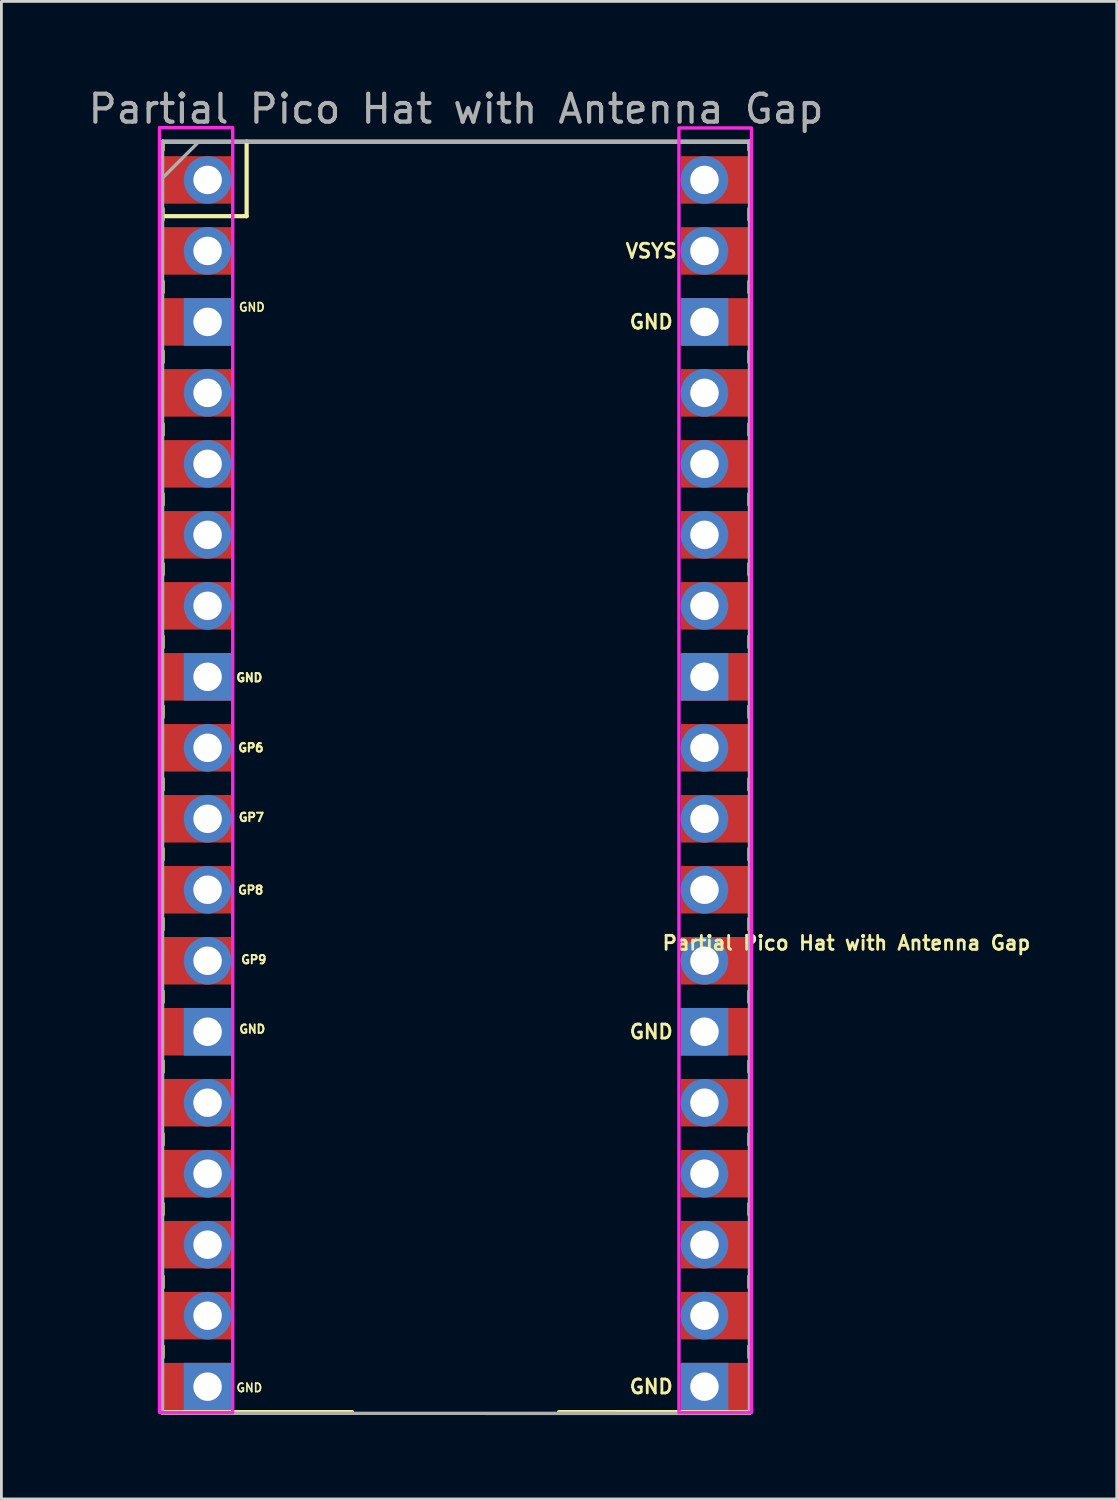
<source format=kicad_pcb>
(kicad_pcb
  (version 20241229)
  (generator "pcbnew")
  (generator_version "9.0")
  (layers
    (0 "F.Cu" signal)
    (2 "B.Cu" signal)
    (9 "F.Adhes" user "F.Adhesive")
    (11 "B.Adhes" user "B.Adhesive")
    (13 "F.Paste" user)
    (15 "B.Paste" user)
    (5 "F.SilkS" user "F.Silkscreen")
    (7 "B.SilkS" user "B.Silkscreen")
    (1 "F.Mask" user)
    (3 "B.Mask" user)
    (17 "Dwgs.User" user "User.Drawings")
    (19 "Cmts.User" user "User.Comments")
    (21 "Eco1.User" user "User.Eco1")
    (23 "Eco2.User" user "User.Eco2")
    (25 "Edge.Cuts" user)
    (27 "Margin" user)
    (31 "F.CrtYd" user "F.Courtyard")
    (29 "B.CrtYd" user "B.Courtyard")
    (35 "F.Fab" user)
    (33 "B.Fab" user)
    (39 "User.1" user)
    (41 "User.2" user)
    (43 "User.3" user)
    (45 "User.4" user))
  (footprint "Partial Pico Hat with Antenna Gap"
    (layer "F.Cu")
    (at 14.538 28.788)
    (property "Reference" "Partial Pico Hat with Antenna Gap" (at 12.7 1.905 0) (unlocked yes) (layer "F.SilkS") (effects (font (size 0.5 0.5) (thickness 0.1))))
    (attr through_hole)
    (fp_line (start -11.77 -26.77) (end -11.77 -26.47) (stroke (width 0.15) (type solid)) (layer "F.SilkS"))
    (fp_line (start -11.77 -26.77) (end 9.23 -26.77) (stroke (width 0.15) (type solid)) (layer "F.SilkS"))
    (fp_line (start -11.77 -24.37) (end -11.77 -23.97) (stroke (width 0.15) (type solid)) (layer "F.SilkS"))
    (fp_line (start -11.77 -24.103) (end -8.763 -24.103) (stroke (width 0.15) (type solid)) (layer "F.SilkS"))
    (fp_line (start -11.77 -21.77) (end -11.77 -21.37) (stroke (width 0.15) (type solid)) (layer "F.SilkS"))
    (fp_line (start -11.77 -19.27) (end -11.77 -18.87) (stroke (width 0.15) (type solid)) (layer "F.SilkS"))
    (fp_line (start -11.77 -16.67) (end -11.77 -16.27) (stroke (width 0.15) (type solid)) (layer "F.SilkS"))
    (fp_line (start -11.77 -14.17) (end -11.77 -13.77) (stroke (width 0.15) (type solid)) (layer "F.SilkS"))
    (fp_line (start -11.77 -11.67) (end -11.77 -11.27) (stroke (width 0.15) (type solid)) (layer "F.SilkS"))
    (fp_line (start -11.77 -9.07) (end -11.77 -8.67) (stroke (width 0.15) (type solid)) (layer "F.SilkS"))
    (fp_line (start -11.77 -6.57) (end -11.77 -6.17) (stroke (width 0.15) (type solid)) (layer "F.SilkS"))
    (fp_line (start -11.77 -3.97) (end -11.77 -3.57) (stroke (width 0.15) (type solid)) (layer "F.SilkS"))
    (fp_line (start -11.77 -1.47) (end -11.77 -1.07) (stroke (width 0.15) (type solid)) (layer "F.SilkS"))
    (fp_line (start -11.77 1.03) (end -11.77 1.43) (stroke (width 0.15) (type solid)) (layer "F.SilkS"))
    (fp_line (start -11.77 3.63) (end -11.77 4.03) (stroke (width 0.15) (type solid)) (layer "F.SilkS"))
    (fp_line (start -11.77 6.13) (end -11.77 6.53) (stroke (width 0.15) (type solid)) (layer "F.SilkS"))
    (fp_line (start -11.77 8.73) (end -11.77 9.13) (stroke (width 0.15) (type solid)) (layer "F.SilkS"))
    (fp_line (start -11.77 11.23) (end -11.77 11.63) (stroke (width 0.15) (type solid)) (layer "F.SilkS"))
    (fp_line (start -11.77 13.83) (end -11.77 14.23) (stroke (width 0.15) (type solid)) (layer "F.SilkS"))
    (fp_line (start -11.77 16.33) (end -11.77 16.73) (stroke (width 0.15) (type solid)) (layer "F.SilkS"))
    (fp_line (start -8.763 -24.103) (end -8.763 -26.77) (stroke (width 0.15) (type solid)) (layer "F.SilkS"))
    (fp_line (start -4.989 18.69) (end -11.789 18.69) (stroke (width 0.15) (type solid)) (layer "F.SilkS"))
    (fp_line (start 9.211 18.69) (end 2.411 18.69) (stroke (width 0.15) (type solid)) (layer "F.SilkS"))
    (fp_line (start 9.23 -26.77) (end 9.23 -26.47) (stroke (width 0.15) (type solid)) (layer "F.SilkS"))
    (fp_line (start 9.23 -24.37) (end 9.23 -23.97) (stroke (width 0.15) (type solid)) (layer "F.SilkS"))
    (fp_line (start 9.23 -21.77) (end 9.23 -21.37) (stroke (width 0.15) (type solid)) (layer "F.SilkS"))
    (fp_line (start 9.23 -19.27) (end 9.23 -18.87) (stroke (width 0.15) (type solid)) (layer "F.SilkS"))
    (fp_line (start 9.23 -16.67) (end 9.23 -16.27) (stroke (width 0.15) (type solid)) (layer "F.SilkS"))
    (fp_line (start 9.23 -14.17) (end 9.23 -13.77) (stroke (width 0.15) (type solid)) (layer "F.SilkS"))
    (fp_line (start 9.23 -11.67) (end 9.23 -11.27) (stroke (width 0.15) (type solid)) (layer "F.SilkS"))
    (fp_line (start 9.23 -9.07) (end 9.23 -8.67) (stroke (width 0.15) (type solid)) (layer "F.SilkS"))
    (fp_line (start 9.23 -6.57) (end 9.23 -6.17) (stroke (width 0.15) (type solid)) (layer "F.SilkS"))
    (fp_line (start 9.23 -3.97) (end 9.23 -3.57) (stroke (width 0.15) (type solid)) (layer "F.SilkS"))
    (fp_line (start 9.23 -1.47) (end 9.23 -1.07) (stroke (width 0.15) (type solid)) (layer "F.SilkS"))
    (fp_line (start 9.23 1.03) (end 9.23 1.43) (stroke (width 0.15) (type solid)) (layer "F.SilkS"))
    (fp_line (start 9.23 3.63) (end 9.23 4.03) (stroke (width 0.15) (type solid)) (layer "F.SilkS"))
    (fp_line (start 9.23 6.13) (end 9.23 6.53) (stroke (width 0.15) (type solid)) (layer "F.SilkS"))
    (fp_line (start 9.23 8.73) (end 9.23 9.13) (stroke (width 0.15) (type solid)) (layer "F.SilkS"))
    (fp_line (start 9.23 11.23) (end 9.23 11.63) (stroke (width 0.15) (type solid)) (layer "F.SilkS"))
    (fp_line (start 9.23 13.83) (end 9.23 14.23) (stroke (width 0.15) (type solid)) (layer "F.SilkS"))
    (fp_line (start 9.23 16.33) (end 9.23 16.73) (stroke (width 0.15) (type solid)) (layer "F.SilkS"))
    (fp_rect (start -11.881 -27.27) (end -9.261 18.707) (stroke (width 0.12) (type solid)) (fill no) (layer "F.CrtYd"))
    (fp_rect (start 6.706 -27.259) (end 9.302 18.707) (stroke (width 0.12) (type solid)) (fill no) (layer "F.CrtYd"))
    (fp_line (start -11.77 -26.77) (end 9.23 -26.77) (stroke (width 0.12) (type solid)) (layer "F.Fab"))
    (fp_line (start -11.77 -25.47) (end -10.47 -26.77) (stroke (width 0.12) (type solid)) (layer "F.Fab"))
    (fp_line (start -11.77 18.734) (end -11.77 -26.77) (stroke (width 0.12) (type solid)) (layer "F.Fab"))
    (fp_line (start 9.229 18.737) (end -11.77 18.734) (stroke (width 0.12) (type solid)) (layer "F.Fab"))
    (fp_line (start 9.23 -26.77) (end 9.229 18.737) (stroke (width 0.12) (type solid)) (layer "F.Fab"))
    (fp_text user "GND" (at -8.666 17.821 0) (unlocked yes) (layer "F.SilkS") (effects (font (size 0.3 0.3) (thickness 0.06))))
    (fp_text user "GND" (at 5.715 5.08 0) (unlocked yes) (layer "F.SilkS") (effects (font (size 0.5 0.5) (thickness 0.1))))
    (fp_text user "GND" (at -8.561 4.985 0) (unlocked yes) (layer "F.SilkS") (effects (font (size 0.3 0.3) (thickness 0.07))))
    (fp_text user "GP7" (at -8.593 -2.592 0) (unlocked yes) (layer "F.SilkS") (effects (font (size 0.3 0.3) (thickness 0.075))))
    (fp_text user "GP6" (at -8.611 -5.082 0) (unlocked yes) (layer "F.SilkS") (effects (font (size 0.3 0.3) (thickness 0.075))))
    (fp_text user "GND" (at 5.715 -20.32 0) (unlocked yes) (layer "F.SilkS") (effects (font (size 0.5 0.5) (thickness 0.1))))
    (fp_text user "GND" (at -8.666 -7.59 0) (unlocked yes) (layer "F.SilkS") (effects (font (size 0.3 0.3) (thickness 0.075))))
    (fp_text user "VSYS" (at 5.715 -22.86 0) (unlocked yes) (layer "F.SilkS") (effects (font (size 0.5 0.5) (thickness 0.1))))
    (fp_text user "GP8" (at -8.617 0.01 0) (unlocked yes) (layer "F.SilkS") (effects (font (size 0.3 0.3) (thickness 0.07))))
    (fp_text user "GND" (at 5.715 17.78 0) (unlocked yes) (layer "F.SilkS") (effects (font (size 0.5 0.5) (thickness 0.1))))
    (fp_text user "GND" (at -8.575 -20.846 0) (unlocked yes) (layer "F.SilkS") (effects (font (size 0.3 0.3) (thickness 0.06))))
    (fp_text user "GP9" (at -8.506 2.5 0) (unlocked yes) (layer "F.SilkS") (effects (font (size 0.3 0.3) (thickness 0.07))))
    (fp_text user "${REFERENCE}" (at -1.27 -27.94 180) (layer "F.Fab") (effects (font (size 1 1) (thickness 0.15))))
    (pad "1" thru_hole oval (at -10.16 -25.4) (size 1.7 1.7) (drill 1.02) (layers "*.Cu" "*.Mask"))
    (pad "1" smd rect (at -10.16 -25.4) (size 2.5 1.7) (drill (offset -0.4 0.000033)) (layers "F.Cu" "F.Mask"))
    (pad "2" thru_hole oval (at -10.16 -22.86) (size 1.7 1.7) (drill 1.02) (layers "*.Cu" "*.Mask"))
    (pad "2" smd rect (at -10.16 -22.86) (size 2.5 1.7) (drill (offset -0.4 0)) (layers "F.Cu" "F.Mask"))
    (pad "3" thru_hole rect (at -10.16 -20.32) (size 1.7 1.7) (drill 1.02) (layers "*.Cu" "*.Mask"))
    (pad "3" smd rect (at -10.16 -20.32) (size 2.5 1.7) (drill (offset -0.4 0)) (layers "F.Cu" "F.Mask"))
    (pad "4" thru_hole oval (at -10.16 -17.78) (size 1.7 1.7) (drill 1.02) (layers "*.Cu" "*.Mask"))
    (pad "4" smd rect (at -10.16 -17.78) (size 2.5 1.7) (drill (offset -0.4 0)) (layers "F.Cu" "F.Mask"))
    (pad "5" thru_hole oval (at -10.16 -15.24) (size 1.7 1.7) (drill 1.02) (layers "*.Cu" "*.Mask"))
    (pad "5" smd rect (at -10.16 -15.24) (size 2.5 1.7) (drill (offset -0.4 0)) (layers "F.Cu" "F.Mask"))
    (pad "6" thru_hole oval (at -10.16 -12.7) (size 1.7 1.7) (drill 1.02) (layers "*.Cu" "*.Mask"))
    (pad "6" smd rect (at -10.16 -12.7) (size 2.5 1.7) (drill (offset -0.4 0)) (layers "F.Cu" "F.Mask"))
    (pad "7" thru_hole oval (at -10.16 -10.16) (size 1.7 1.7) (drill 1.02) (layers "*.Cu" "*.Mask"))
    (pad "7" smd rect (at -10.16 -10.16) (size 2.5 1.7) (drill (offset -0.4 0)) (layers "F.Cu" "F.Mask"))
    (pad "8" thru_hole rect (at -10.16 -7.62) (size 1.7 1.7) (drill 1.02) (layers "*.Cu" "*.Mask"))
    (pad "8" smd rect (at -10.16 -7.62) (size 2.5 1.7) (drill (offset -0.4 0)) (layers "F.Cu" "F.Mask"))
    (pad "9" thru_hole oval (at -10.16 -5.08) (size 1.7 1.7) (drill 1.02) (layers "*.Cu" "*.Mask"))
    (pad "9" smd rect (at -10.16 -5.08) (size 2.5 1.7) (drill (offset -0.4 0)) (layers "F.Cu" "F.Mask"))
    (pad "10" thru_hole oval (at -10.16 -2.54) (size 1.7 1.7) (drill 1.02) (layers "*.Cu" "*.Mask"))
    (pad "10" smd rect (at -10.16 -2.54) (size 2.5 1.7) (drill (offset -0.4 0)) (layers "F.Cu" "F.Mask"))
    (pad "11" thru_hole oval (at -10.16 0) (size 1.7 1.7) (drill 1.02) (layers "*.Cu" "*.Mask"))
    (pad "11" smd rect (at -10.16 0) (size 2.5 1.7) (drill (offset -0.4 0)) (layers "F.Cu" "F.Mask"))
    (pad "12" thru_hole oval (at -10.16 2.54) (size 1.7 1.7) (drill 1.02) (layers "*.Cu" "*.Mask"))
    (pad "12" smd rect (at -10.16 2.54) (size 2.5 1.7) (drill (offset -0.4 0)) (layers "F.Cu" "F.Mask"))
    (pad "13" thru_hole rect (at -10.16 5.08) (size 1.7 1.7) (drill 1.02) (layers "*.Cu" "*.Mask"))
    (pad "13" smd rect (at -10.16 5.08) (size 2.5 1.7) (drill (offset -0.4 0)) (layers "F.Cu" "F.Mask"))
    (pad "14" thru_hole oval (at -10.16 7.62) (size 1.7 1.7) (drill 1.02) (layers "*.Cu" "*.Mask"))
    (pad "14" smd rect (at -10.16 7.62) (size 2.5 1.7) (drill (offset -0.4 0)) (layers "F.Cu" "F.Mask"))
    (pad "15" thru_hole oval (at -10.16 10.16) (size 1.7 1.7) (drill 1.02) (layers "*.Cu" "*.Mask"))
    (pad "15" smd rect (at -10.16 10.16) (size 2.5 1.7) (drill (offset -0.4 0)) (layers "F.Cu" "F.Mask"))
    (pad "16" thru_hole oval (at -10.16 12.7) (size 1.7 1.7) (drill 1.02) (layers "*.Cu" "*.Mask"))
    (pad "16" smd rect (at -10.16 12.7) (size 2.5 1.7) (drill (offset -0.4 0)) (layers "F.Cu" "F.Mask"))
    (pad "17" thru_hole oval (at -10.16 15.24) (size 1.7 1.7) (drill 1.02) (layers "*.Cu" "*.Mask"))
    (pad "17" smd rect (at -10.16 15.24) (size 2.5 1.7) (drill (offset -0.4 0)) (layers "F.Cu" "F.Mask"))
    (pad "18" thru_hole rect (at -10.16 17.78) (size 1.7 1.7) (drill 1.02) (layers "*.Cu" "*.Mask"))
    (pad "18" smd rect (at -10.16 17.78) (size 2.5 1.7) (drill (offset -0.4 0)) (layers "F.Cu" "F.Mask"))
    (pad "23" thru_hole rect (at 7.62 17.78) (size 1.7 1.7) (drill 1.02) (layers "*.Cu" "*.Mask"))
    (pad "23" smd rect (at 7.62 17.78) (size 2.5 1.7) (drill (offset 0.4 0)) (layers "F.Cu" "F.Mask"))
    (pad "24" thru_hole oval (at 7.62 15.24) (size 1.7 1.7) (drill 1.02) (layers "*.Cu" "*.Mask"))
    (pad "24" smd rect (at 7.62 15.24) (size 2.5 1.7) (drill (offset 0.4 0)) (layers "F.Cu" "F.Mask"))
    (pad "25" thru_hole oval (at 7.62 12.7) (size 1.7 1.7) (drill 1.02) (layers "*.Cu" "*.Mask"))
    (pad "25" smd rect (at 7.62 12.7) (size 2.5 1.7) (drill (offset 0.4 0)) (layers "F.Cu" "F.Mask"))
    (pad "26" thru_hole oval (at 7.62 10.16) (size 1.7 1.7) (drill 1.02) (layers "*.Cu" "*.Mask"))
    (pad "26" smd rect (at 7.62 10.16) (size 2.5 1.7) (drill (offset 0.4 0)) (layers "F.Cu" "F.Mask"))
    (pad "27" thru_hole oval (at 7.62 7.62) (size 1.7 1.7) (drill 1.02) (layers "*.Cu" "*.Mask"))
    (pad "27" smd rect (at 7.62 7.62) (size 2.5 1.7) (drill (offset 0.4 0)) (layers "F.Cu" "F.Mask"))
    (pad "28" thru_hole rect (at 7.62 5.08) (size 1.7 1.7) (drill 1.02) (layers "*.Cu" "*.Mask"))
    (pad "28" smd rect (at 7.62 5.08) (size 2.5 1.7) (drill (offset 0.4 0)) (layers "F.Cu" "F.Mask"))
    (pad "29" thru_hole oval (at 7.62 2.54) (size 1.7 1.7) (drill 1.02) (layers "*.Cu" "*.Mask"))
    (pad "29" smd rect (at 7.62 2.54) (size 2.5 1.7) (drill (offset 0.4 0)) (layers "F.Cu" "F.Mask"))
    (pad "30" thru_hole oval (at 7.62 0) (size 1.7 1.7) (drill 1.02) (layers "*.Cu" "*.Mask"))
    (pad "30" smd rect (at 7.62 0) (size 2.5 1.7) (drill (offset 0.4 0)) (layers "F.Cu" "F.Mask"))
    (pad "31" thru_hole oval (at 7.62 -2.54) (size 1.7 1.7) (drill 1.02) (layers "*.Cu" "*.Mask"))
    (pad "31" smd rect (at 7.62 -2.54) (size 2.5 1.7) (drill (offset 0.4 0)) (layers "F.Cu" "F.Mask"))
    (pad "32" thru_hole oval (at 7.62 -5.08) (size 1.7 1.7) (drill 1.02) (layers "*.Cu" "*.Mask"))
    (pad "32" smd rect (at 7.62 -5.08) (size 2.5 1.7) (drill (offset 0.4 0)) (layers "F.Cu" "F.Mask"))
    (pad "33" thru_hole rect (at 7.62 -7.62) (size 1.7 1.7) (drill 1.02) (layers "*.Cu" "*.Mask"))
    (pad "33" smd rect (at 7.62 -7.62) (size 2.5 1.7) (drill (offset 0.4 0)) (layers "F.Cu" "F.Mask"))
    (pad "34" thru_hole oval (at 7.62 -10.16) (size 1.7 1.7) (drill 1.02) (layers "*.Cu" "*.Mask"))
    (pad "34" smd rect (at 7.62 -10.16) (size 2.5 1.7) (drill (offset 0.4 0)) (layers "F.Cu" "F.Mask"))
    (pad "35" thru_hole oval (at 7.62 -12.7) (size 1.7 1.7) (drill 1.02) (layers "*.Cu" "*.Mask"))
    (pad "35" smd rect (at 7.62 -12.7) (size 2.5 1.7) (drill (offset 0.4 0)) (layers "F.Cu" "F.Mask"))
    (pad "36" thru_hole oval (at 7.62 -15.24) (size 1.7 1.7) (drill 1.02) (layers "*.Cu" "*.Mask"))
    (pad "36" smd rect (at 7.62 -15.24) (size 2.5 1.7) (drill (offset 0.4 0)) (layers "F.Cu" "F.Mask"))
    (pad "37" thru_hole oval (at 7.62 -17.78) (size 1.7 1.7) (drill 1.02) (layers "*.Cu" "*.Mask"))
    (pad "37" smd rect (at 7.62 -17.78) (size 2.5 1.7) (drill (offset 0.4 0)) (layers "F.Cu" "F.Mask"))
    (pad "38" thru_hole rect (at 7.62 -20.32) (size 1.7 1.7) (drill 1.02) (layers "*.Cu" "*.Mask"))
    (pad "38" smd rect (at 7.62 -20.32) (size 2.5 1.7) (drill (offset 0.4 0)) (layers "F.Cu" "F.Mask"))
    (pad "39" thru_hole oval (at 7.62 -22.86) (size 1.7 1.7) (drill 1.02) (layers "*.Cu" "*.Mask"))
    (pad "39" smd rect (at 7.62 -22.86) (size 2.5 1.7) (drill (offset 0.4 0)) (layers "F.Cu" "F.Mask"))
    (pad "40" thru_hole oval (at 7.62 -25.4) (size 1.7 1.7) (drill 1.02) (layers "*.Cu" "*.Mask"))
    (pad "40" smd rect (at 7.62 -25.4) (size 2.5 1.7) (drill (offset 0.4 0)) (layers "F.Cu" "F.Mask")))
  (gr_rect
    (start -3 -3)
    (end 36.909 50.585)
    (stroke (width 0.1) (type default))
    (fill no)
    (layer "Edge.Cuts")))
</source>
